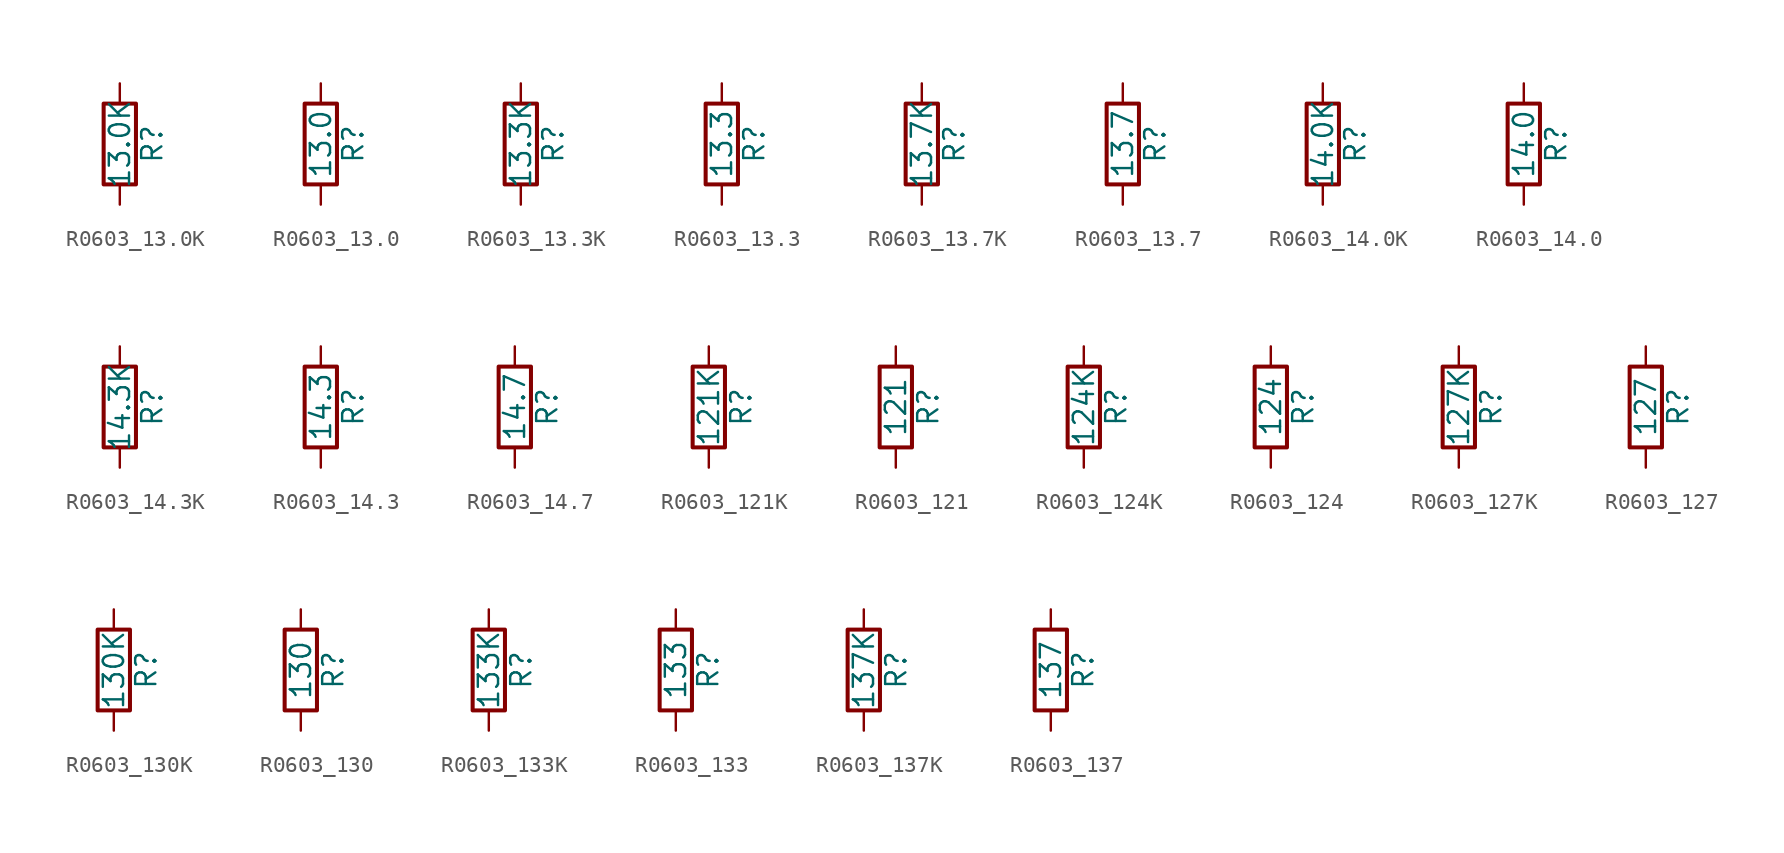
<source format=kicad_sym>
(kicad_symbol_lib
  (version 20211014)
  (generator atlantix-eda)
  (symbol "R0603_13.0K"
    (pin_numbers hide)
    (pin_names
      (offset 0))
    (property "Reference" "R"
      (at 2.032 0 90)
      (effects (font (size 1.27 1.27))))
    (property "Value" "13.0K"
      (at 0 0 90)
      (effects (font (size 1.27 1.27))))
    (symbol "R0603_13.0K_0_1"
      (rectangle (start -1.016 -2.54) (end 1.016 2.54) (stroke (width 0.254) (type default) (color 0 0 0 0)) (fill (type none))))
    (symbol "R0603_13.0K_1_1"
      (pin passive line (at 0 3.81 270) (length 1.27) (name "~" (effects (font (size 1.27 1.27)))) (number "1" (effects (font (size 1.27 1.27)))))
      (pin passive line (at 0 -3.81 90) (length 1.27) (name "~" (effects (font (size 1.27 1.27)))) (number "2" (effects (font (size 1.27 1.27)))))))
  (symbol "R0603_13.0"
    (pin_numbers hide)
    (pin_names
      (offset 0))
    (property "Reference" "R"
      (at 2.032 0 90)
      (effects (font (size 1.27 1.27))))
    (property "Value" "13.0"
      (at 0 0 90)
      (effects (font (size 1.27 1.27))))
    (symbol "R0603_13.0_0_1"
      (rectangle (start -1.016 -2.54) (end 1.016 2.54) (stroke (width 0.254) (type default) (color 0 0 0 0)) (fill (type none))))
    (symbol "R0603_13.0_1_1"
      (pin passive line (at 0 3.81 270) (length 1.27) (name "~" (effects (font (size 1.27 1.27)))) (number "1" (effects (font (size 1.27 1.27)))))
      (pin passive line (at 0 -3.81 90) (length 1.27) (name "~" (effects (font (size 1.27 1.27)))) (number "2" (effects (font (size 1.27 1.27)))))))
  (symbol "R0603_13.3K"
    (pin_numbers hide)
    (pin_names
      (offset 0))
    (property "Reference" "R"
      (at 2.032 0 90)
      (effects (font (size 1.27 1.27))))
    (property "Value" "13.3K"
      (at 0 0 90)
      (effects (font (size 1.27 1.27))))
    (symbol "R0603_13.3K_0_1"
      (rectangle (start -1.016 -2.54) (end 1.016 2.54) (stroke (width 0.254) (type default) (color 0 0 0 0)) (fill (type none))))
    (symbol "R0603_13.3K_1_1"
      (pin passive line (at 0 3.81 270) (length 1.27) (name "~" (effects (font (size 1.27 1.27)))) (number "1" (effects (font (size 1.27 1.27)))))
      (pin passive line (at 0 -3.81 90) (length 1.27) (name "~" (effects (font (size 1.27 1.27)))) (number "2" (effects (font (size 1.27 1.27)))))))
  (symbol "R0603_13.3"
    (pin_numbers hide)
    (pin_names
      (offset 0))
    (property "Reference" "R"
      (at 2.032 0 90)
      (effects (font (size 1.27 1.27))))
    (property "Value" "13.3"
      (at 0 0 90)
      (effects (font (size 1.27 1.27))))
    (symbol "R0603_13.3_0_1"
      (rectangle (start -1.016 -2.54) (end 1.016 2.54) (stroke (width 0.254) (type default) (color 0 0 0 0)) (fill (type none))))
    (symbol "R0603_13.3_1_1"
      (pin passive line (at 0 3.81 270) (length 1.27) (name "~" (effects (font (size 1.27 1.27)))) (number "1" (effects (font (size 1.27 1.27)))))
      (pin passive line (at 0 -3.81 90) (length 1.27) (name "~" (effects (font (size 1.27 1.27)))) (number "2" (effects (font (size 1.27 1.27)))))))
  (symbol "R0603_13.7K"
    (pin_numbers hide)
    (pin_names
      (offset 0))
    (property "Reference" "R"
      (at 2.032 0 90)
      (effects (font (size 1.27 1.27))))
    (property "Value" "13.7K"
      (at 0 0 90)
      (effects (font (size 1.27 1.27))))
    (symbol "R0603_13.7K_0_1"
      (rectangle (start -1.016 -2.54) (end 1.016 2.54) (stroke (width 0.254) (type default) (color 0 0 0 0)) (fill (type none))))
    (symbol "R0603_13.7K_1_1"
      (pin passive line (at 0 3.81 270) (length 1.27) (name "~" (effects (font (size 1.27 1.27)))) (number "1" (effects (font (size 1.27 1.27)))))
      (pin passive line (at 0 -3.81 90) (length 1.27) (name "~" (effects (font (size 1.27 1.27)))) (number "2" (effects (font (size 1.27 1.27)))))))
  (symbol "R0603_13.7"
    (pin_numbers hide)
    (pin_names
      (offset 0))
    (property "Reference" "R"
      (at 2.032 0 90)
      (effects (font (size 1.27 1.27))))
    (property "Value" "13.7"
      (at 0 0 90)
      (effects (font (size 1.27 1.27))))
    (symbol "R0603_13.7_0_1"
      (rectangle (start -1.016 -2.54) (end 1.016 2.54) (stroke (width 0.254) (type default) (color 0 0 0 0)) (fill (type none))))
    (symbol "R0603_13.7_1_1"
      (pin passive line (at 0 3.81 270) (length 1.27) (name "~" (effects (font (size 1.27 1.27)))) (number "1" (effects (font (size 1.27 1.27)))))
      (pin passive line (at 0 -3.81 90) (length 1.27) (name "~" (effects (font (size 1.27 1.27)))) (number "2" (effects (font (size 1.27 1.27)))))))
  (symbol "R0603_14.0K"
    (pin_numbers hide)
    (pin_names
      (offset 0))
    (property "Reference" "R"
      (at 2.032 0 90)
      (effects (font (size 1.27 1.27))))
    (property "Value" "14.0K"
      (at 0 0 90)
      (effects (font (size 1.27 1.27))))
    (symbol "R0603_14.0K_0_1"
      (rectangle (start -1.016 -2.54) (end 1.016 2.54) (stroke (width 0.254) (type default) (color 0 0 0 0)) (fill (type none))))
    (symbol "R0603_14.0K_1_1"
      (pin passive line (at 0 3.81 270) (length 1.27) (name "~" (effects (font (size 1.27 1.27)))) (number "1" (effects (font (size 1.27 1.27)))))
      (pin passive line (at 0 -3.81 90) (length 1.27) (name "~" (effects (font (size 1.27 1.27)))) (number "2" (effects (font (size 1.27 1.27)))))))
  (symbol "R0603_14.0"
    (pin_numbers hide)
    (pin_names
      (offset 0))
    (property "Reference" "R"
      (at 2.032 0 90)
      (effects (font (size 1.27 1.27))))
    (property "Value" "14.0"
      (at 0 0 90)
      (effects (font (size 1.27 1.27))))
    (symbol "R0603_14.0_0_1"
      (rectangle (start -1.016 -2.54) (end 1.016 2.54) (stroke (width 0.254) (type default) (color 0 0 0 0)) (fill (type none))))
    (symbol "R0603_14.0_1_1"
      (pin passive line (at 0 3.81 270) (length 1.27) (name "~" (effects (font (size 1.27 1.27)))) (number "1" (effects (font (size 1.27 1.27)))))
      (pin passive line (at 0 -3.81 90) (length 1.27) (name "~" (effects (font (size 1.27 1.27)))) (number "2" (effects (font (size 1.27 1.27)))))))
  (symbol "R0603_14.3K"
    (pin_numbers hide)
    (pin_names
      (offset 0))
    (property "Reference" "R"
      (at 2.032 0 90)
      (effects (font (size 1.27 1.27))))
    (property "Value" "14.3K"
      (at 0 0 90)
      (effects (font (size 1.27 1.27))))
    (symbol "R0603_14.3K_0_1"
      (rectangle (start -1.016 -2.54) (end 1.016 2.54) (stroke (width 0.254) (type default) (color 0 0 0 0)) (fill (type none))))
    (symbol "R0603_14.3K_1_1"
      (pin passive line (at 0 3.81 270) (length 1.27) (name "~" (effects (font (size 1.27 1.27)))) (number "1" (effects (font (size 1.27 1.27)))))
      (pin passive line (at 0 -3.81 90) (length 1.27) (name "~" (effects (font (size 1.27 1.27)))) (number "2" (effects (font (size 1.27 1.27)))))))
  (symbol "R0603_14.3"
    (pin_numbers hide)
    (pin_names
      (offset 0))
    (property "Reference" "R"
      (at 2.032 0 90)
      (effects (font (size 1.27 1.27))))
    (property "Value" "14.3"
      (at 0 0 90)
      (effects (font (size 1.27 1.27))))
    (symbol "R0603_14.3_0_1"
      (rectangle (start -1.016 -2.54) (end 1.016 2.54) (stroke (width 0.254) (type default) (color 0 0 0 0)) (fill (type none))))
    (symbol "R0603_14.3_1_1"
      (pin passive line (at 0 3.81 270) (length 1.27) (name "~" (effects (font (size 1.27 1.27)))) (number "1" (effects (font (size 1.27 1.27)))))
      (pin passive line (at 0 -3.81 90) (length 1.27) (name "~" (effects (font (size 1.27 1.27)))) (number "2" (effects (font (size 1.27 1.27)))))))
  (symbol "R0603_14.7"
    (pin_numbers hide)
    (pin_names
      (offset 0))
    (property "Reference" "R"
      (at 2.032 0 90)
      (effects (font (size 1.27 1.27))))
    (property "Value" "14.7"
      (at 0 0 90)
      (effects (font (size 1.27 1.27))))
    (symbol "R0603_14.7_0_1"
      (rectangle (start -1.016 -2.54) (end 1.016 2.54) (stroke (width 0.254) (type default) (color 0 0 0 0)) (fill (type none))))
    (symbol "R0603_14.7_1_1"
      (pin passive line (at 0 3.81 270) (length 1.27) (name "~" (effects (font (size 1.27 1.27)))) (number "1" (effects (font (size 1.27 1.27)))))
      (pin passive line (at 0 -3.81 90) (length 1.27) (name "~" (effects (font (size 1.27 1.27)))) (number "2" (effects (font (size 1.27 1.27)))))))
  (symbol "R0603_121K"
    (pin_numbers hide)
    (pin_names
      (offset 0))
    (property "Reference" "R"
      (at 2.032 0 90)
      (effects (font (size 1.27 1.27))))
    (property "Value" "121K"
      (at 0 0 90)
      (effects (font (size 1.27 1.27))))
    (symbol "R0603_121K_0_1"
      (rectangle (start -1.016 -2.54) (end 1.016 2.54) (stroke (width 0.254) (type default) (color 0 0 0 0)) (fill (type none))))
    (symbol "R0603_121K_1_1"
      (pin passive line (at 0 3.81 270) (length 1.27) (name "~" (effects (font (size 1.27 1.27)))) (number "1" (effects (font (size 1.27 1.27)))))
      (pin passive line (at 0 -3.81 90) (length 1.27) (name "~" (effects (font (size 1.27 1.27)))) (number "2" (effects (font (size 1.27 1.27)))))))
  (symbol "R0603_121"
    (pin_numbers hide)
    (pin_names
      (offset 0))
    (property "Reference" "R"
      (at 2.032 0 90)
      (effects (font (size 1.27 1.27))))
    (property "Value" "121"
      (at 0 0 90)
      (effects (font (size 1.27 1.27))))
    (symbol "R0603_121_0_1"
      (rectangle (start -1.016 -2.54) (end 1.016 2.54) (stroke (width 0.254) (type default) (color 0 0 0 0)) (fill (type none))))
    (symbol "R0603_121_1_1"
      (pin passive line (at 0 3.81 270) (length 1.27) (name "~" (effects (font (size 1.27 1.27)))) (number "1" (effects (font (size 1.27 1.27)))))
      (pin passive line (at 0 -3.81 90) (length 1.27) (name "~" (effects (font (size 1.27 1.27)))) (number "2" (effects (font (size 1.27 1.27)))))))
  (symbol "R0603_124K"
    (pin_numbers hide)
    (pin_names
      (offset 0))
    (property "Reference" "R"
      (at 2.032 0 90)
      (effects (font (size 1.27 1.27))))
    (property "Value" "124K"
      (at 0 0 90)
      (effects (font (size 1.27 1.27))))
    (symbol "R0603_124K_0_1"
      (rectangle (start -1.016 -2.54) (end 1.016 2.54) (stroke (width 0.254) (type default) (color 0 0 0 0)) (fill (type none))))
    (symbol "R0603_124K_1_1"
      (pin passive line (at 0 3.81 270) (length 1.27) (name "~" (effects (font (size 1.27 1.27)))) (number "1" (effects (font (size 1.27 1.27)))))
      (pin passive line (at 0 -3.81 90) (length 1.27) (name "~" (effects (font (size 1.27 1.27)))) (number "2" (effects (font (size 1.27 1.27)))))))
  (symbol "R0603_124"
    (pin_numbers hide)
    (pin_names
      (offset 0))
    (property "Reference" "R"
      (at 2.032 0 90)
      (effects (font (size 1.27 1.27))))
    (property "Value" "124"
      (at 0 0 90)
      (effects (font (size 1.27 1.27))))
    (symbol "R0603_124_0_1"
      (rectangle (start -1.016 -2.54) (end 1.016 2.54) (stroke (width 0.254) (type default) (color 0 0 0 0)) (fill (type none))))
    (symbol "R0603_124_1_1"
      (pin passive line (at 0 3.81 270) (length 1.27) (name "~" (effects (font (size 1.27 1.27)))) (number "1" (effects (font (size 1.27 1.27)))))
      (pin passive line (at 0 -3.81 90) (length 1.27) (name "~" (effects (font (size 1.27 1.27)))) (number "2" (effects (font (size 1.27 1.27)))))))
  (symbol "R0603_127K"
    (pin_numbers hide)
    (pin_names
      (offset 0))
    (property "Reference" "R"
      (at 2.032 0 90)
      (effects (font (size 1.27 1.27))))
    (property "Value" "127K"
      (at 0 0 90)
      (effects (font (size 1.27 1.27))))
    (symbol "R0603_127K_0_1"
      (rectangle (start -1.016 -2.54) (end 1.016 2.54) (stroke (width 0.254) (type default) (color 0 0 0 0)) (fill (type none))))
    (symbol "R0603_127K_1_1"
      (pin passive line (at 0 3.81 270) (length 1.27) (name "~" (effects (font (size 1.27 1.27)))) (number "1" (effects (font (size 1.27 1.27)))))
      (pin passive line (at 0 -3.81 90) (length 1.27) (name "~" (effects (font (size 1.27 1.27)))) (number "2" (effects (font (size 1.27 1.27)))))))
  (symbol "R0603_127"
    (pin_numbers hide)
    (pin_names
      (offset 0))
    (property "Reference" "R"
      (at 2.032 0 90)
      (effects (font (size 1.27 1.27))))
    (property "Value" "127"
      (at 0 0 90)
      (effects (font (size 1.27 1.27))))
    (symbol "R0603_127_0_1"
      (rectangle (start -1.016 -2.54) (end 1.016 2.54) (stroke (width 0.254) (type default) (color 0 0 0 0)) (fill (type none))))
    (symbol "R0603_127_1_1"
      (pin passive line (at 0 3.81 270) (length 1.27) (name "~" (effects (font (size 1.27 1.27)))) (number "1" (effects (font (size 1.27 1.27)))))
      (pin passive line (at 0 -3.81 90) (length 1.27) (name "~" (effects (font (size 1.27 1.27)))) (number "2" (effects (font (size 1.27 1.27)))))))
  (symbol "R0603_130K"
    (pin_numbers hide)
    (pin_names
      (offset 0))
    (property "Reference" "R"
      (at 2.032 0 90)
      (effects (font (size 1.27 1.27))))
    (property "Value" "130K"
      (at 0 0 90)
      (effects (font (size 1.27 1.27))))
    (symbol "R0603_130K_0_1"
      (rectangle (start -1.016 -2.54) (end 1.016 2.54) (stroke (width 0.254) (type default) (color 0 0 0 0)) (fill (type none))))
    (symbol "R0603_130K_1_1"
      (pin passive line (at 0 3.81 270) (length 1.27) (name "~" (effects (font (size 1.27 1.27)))) (number "1" (effects (font (size 1.27 1.27)))))
      (pin passive line (at 0 -3.81 90) (length 1.27) (name "~" (effects (font (size 1.27 1.27)))) (number "2" (effects (font (size 1.27 1.27)))))))
  (symbol "R0603_130"
    (pin_numbers hide)
    (pin_names
      (offset 0))
    (property "Reference" "R"
      (at 2.032 0 90)
      (effects (font (size 1.27 1.27))))
    (property "Value" "130"
      (at 0 0 90)
      (effects (font (size 1.27 1.27))))
    (symbol "R0603_130_0_1"
      (rectangle (start -1.016 -2.54) (end 1.016 2.54) (stroke (width 0.254) (type default) (color 0 0 0 0)) (fill (type none))))
    (symbol "R0603_130_1_1"
      (pin passive line (at 0 3.81 270) (length 1.27) (name "~" (effects (font (size 1.27 1.27)))) (number "1" (effects (font (size 1.27 1.27)))))
      (pin passive line (at 0 -3.81 90) (length 1.27) (name "~" (effects (font (size 1.27 1.27)))) (number "2" (effects (font (size 1.27 1.27)))))))
  (symbol "R0603_133K"
    (pin_numbers hide)
    (pin_names
      (offset 0))
    (property "Reference" "R"
      (at 2.032 0 90)
      (effects (font (size 1.27 1.27))))
    (property "Value" "133K"
      (at 0 0 90)
      (effects (font (size 1.27 1.27))))
    (symbol "R0603_133K_0_1"
      (rectangle (start -1.016 -2.54) (end 1.016 2.54) (stroke (width 0.254) (type default) (color 0 0 0 0)) (fill (type none))))
    (symbol "R0603_133K_1_1"
      (pin passive line (at 0 3.81 270) (length 1.27) (name "~" (effects (font (size 1.27 1.27)))) (number "1" (effects (font (size 1.27 1.27)))))
      (pin passive line (at 0 -3.81 90) (length 1.27) (name "~" (effects (font (size 1.27 1.27)))) (number "2" (effects (font (size 1.27 1.27)))))))
  (symbol "R0603_133"
    (pin_numbers hide)
    (pin_names
      (offset 0))
    (property "Reference" "R"
      (at 2.032 0 90)
      (effects (font (size 1.27 1.27))))
    (property "Value" "133"
      (at 0 0 90)
      (effects (font (size 1.27 1.27))))
    (symbol "R0603_133_0_1"
      (rectangle (start -1.016 -2.54) (end 1.016 2.54) (stroke (width 0.254) (type default) (color 0 0 0 0)) (fill (type none))))
    (symbol "R0603_133_1_1"
      (pin passive line (at 0 3.81 270) (length 1.27) (name "~" (effects (font (size 1.27 1.27)))) (number "1" (effects (font (size 1.27 1.27)))))
      (pin passive line (at 0 -3.81 90) (length 1.27) (name "~" (effects (font (size 1.27 1.27)))) (number "2" (effects (font (size 1.27 1.27)))))))
  (symbol "R0603_137K"
    (pin_numbers hide)
    (pin_names
      (offset 0))
    (property "Reference" "R"
      (at 2.032 0 90)
      (effects (font (size 1.27 1.27))))
    (property "Value" "137K"
      (at 0 0 90)
      (effects (font (size 1.27 1.27))))
    (symbol "R0603_137K_0_1"
      (rectangle (start -1.016 -2.54) (end 1.016 2.54) (stroke (width 0.254) (type default) (color 0 0 0 0)) (fill (type none))))
    (symbol "R0603_137K_1_1"
      (pin passive line (at 0 3.81 270) (length 1.27) (name "~" (effects (font (size 1.27 1.27)))) (number "1" (effects (font (size 1.27 1.27)))))
      (pin passive line (at 0 -3.81 90) (length 1.27) (name "~" (effects (font (size 1.27 1.27)))) (number "2" (effects (font (size 1.27 1.27)))))))
  (symbol "R0603_137"
    (pin_numbers hide)
    (pin_names
      (offset 0))
    (property "Reference" "R"
      (at 2.032 0 90)
      (effects (font (size 1.27 1.27))))
    (property "Value" "137"
      (at 0 0 90)
      (effects (font (size 1.27 1.27))))
    (symbol "R0603_137_0_1"
      (rectangle (start -1.016 -2.54) (end 1.016 2.54) (stroke (width 0.254) (type default) (color 0 0 0 0)) (fill (type none))))
    (symbol "R0603_137_1_1"
      (pin passive line (at 0 3.81 270) (length 1.27) (name "~" (effects (font (size 1.27 1.27)))) (number "1" (effects (font (size 1.27 1.27)))))
      (pin passive line (at 0 -3.81 90) (length 1.27) (name "~" (effects (font (size 1.27 1.27)))) (number "2" (effects (font (size 1.27 1.27))))))))
</source>
